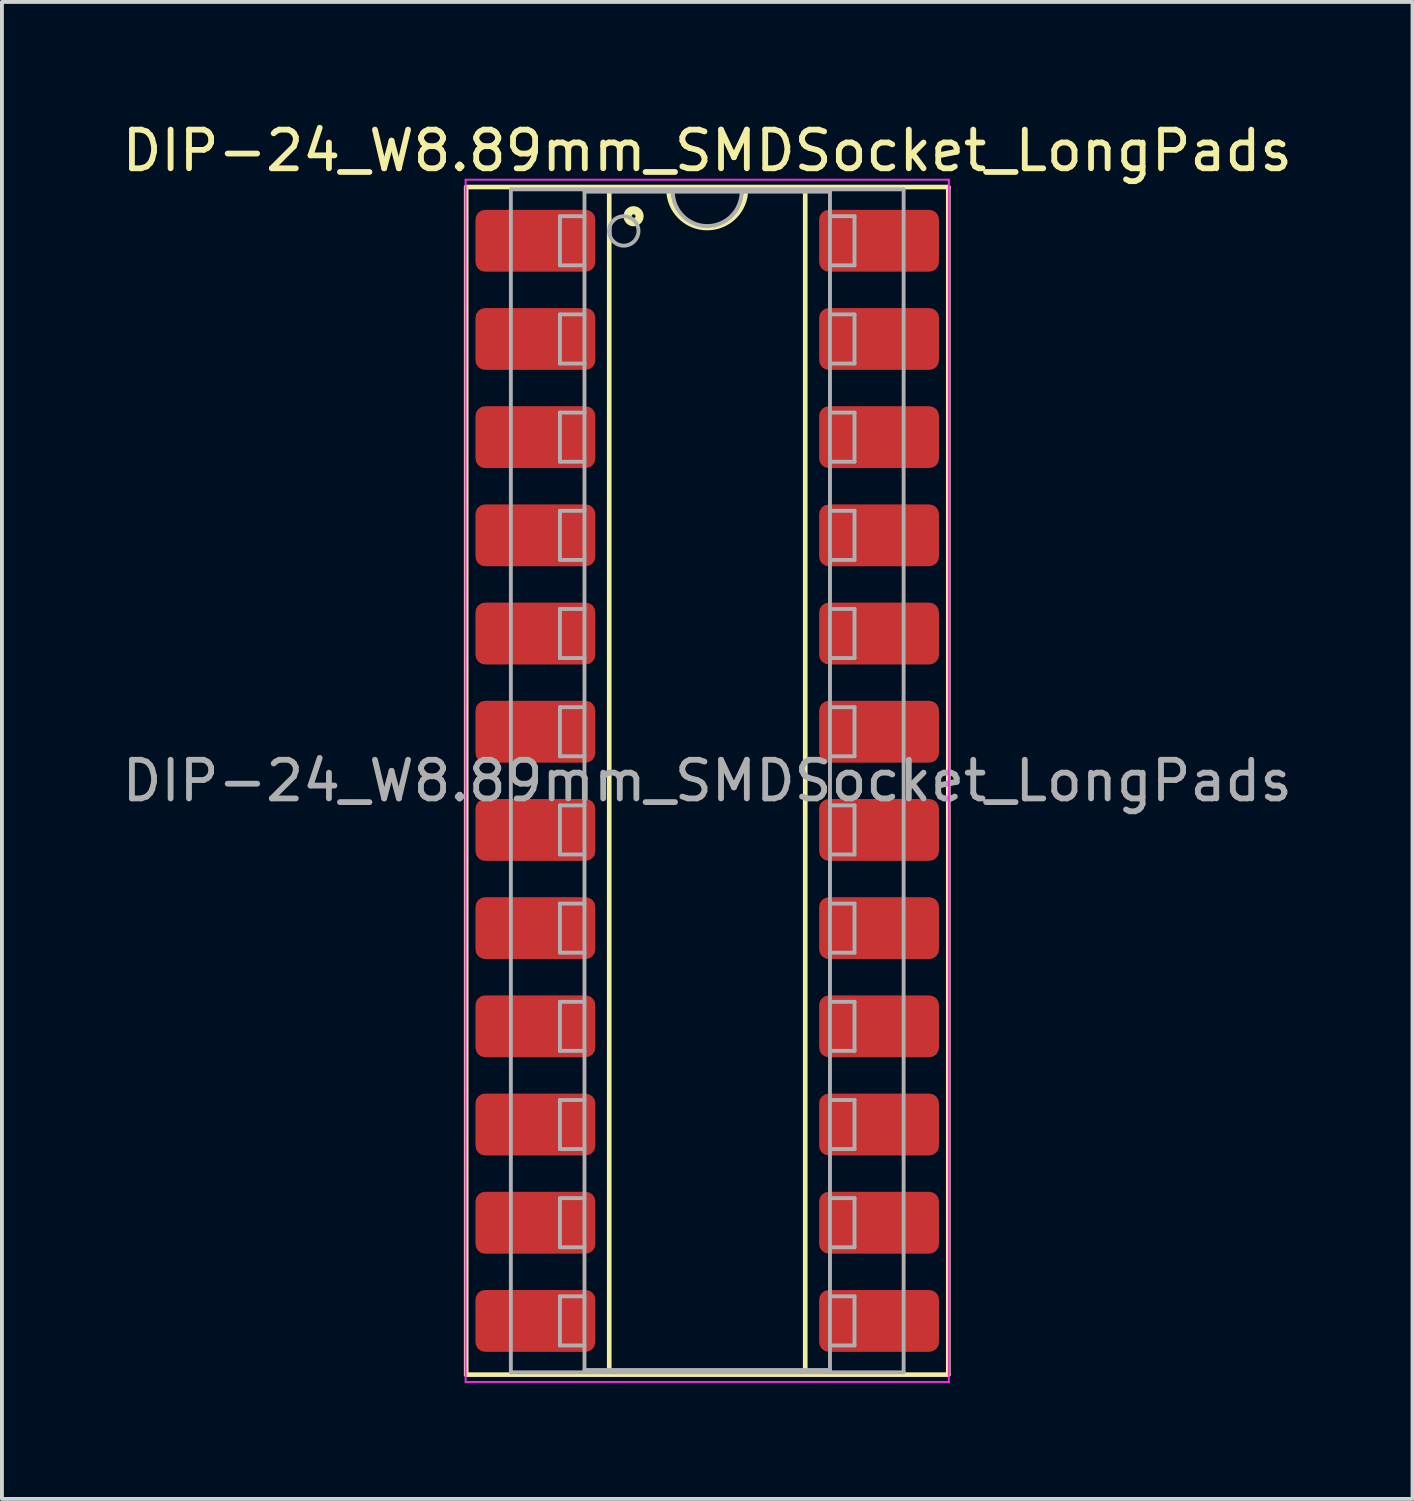
<source format=kicad_pcb>
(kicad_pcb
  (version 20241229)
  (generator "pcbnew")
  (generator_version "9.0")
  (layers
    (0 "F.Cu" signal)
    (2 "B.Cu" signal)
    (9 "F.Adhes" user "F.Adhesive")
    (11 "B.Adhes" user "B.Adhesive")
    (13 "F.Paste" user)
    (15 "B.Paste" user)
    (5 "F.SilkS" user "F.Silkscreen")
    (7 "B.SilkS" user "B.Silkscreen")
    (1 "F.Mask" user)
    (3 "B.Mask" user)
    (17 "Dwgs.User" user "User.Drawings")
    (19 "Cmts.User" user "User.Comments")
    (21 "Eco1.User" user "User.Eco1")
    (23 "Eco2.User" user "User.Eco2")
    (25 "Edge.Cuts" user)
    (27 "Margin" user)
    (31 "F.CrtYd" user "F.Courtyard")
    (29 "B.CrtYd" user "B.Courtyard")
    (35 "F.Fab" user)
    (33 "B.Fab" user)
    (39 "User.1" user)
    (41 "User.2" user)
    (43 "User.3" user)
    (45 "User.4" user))
  (footprint "DIP-24_W8.89mm_SMDSocket_LongPads"
    (layer "F.Cu")
    (at 15.244 17.148)
    (property "Reference" "DIP-24_W8.89mm_SMDSocket_LongPads" (at 0 -16.3 0) (layer "F.SilkS") (effects (font (size 1 1) (thickness 0.15))))
    (attr smd)
    (fp_line (start -6.235 -15.36) (end -6.235 15.36) (stroke (width 0.12) (type solid)) (layer "F.SilkS"))
    (fp_line (start -6.235 15.36) (end 6.235 15.36) (stroke (width 0.12) (type solid)) (layer "F.SilkS"))
    (fp_line (start -2.535 -15.3) (end -2.535 15.3) (stroke (width 0.12) (type solid)) (layer "F.SilkS"))
    (fp_line (start -2.535 15.3) (end 2.535 15.3) (stroke (width 0.12) (type solid)) (layer "F.SilkS"))
    (fp_line (start -1 -15.3) (end -2.535 -15.3) (stroke (width 0.12) (type solid)) (layer "F.SilkS"))
    (fp_line (start 2.535 -15.3) (end 1 -15.3) (stroke (width 0.12) (type solid)) (layer "F.SilkS"))
    (fp_line (start 2.535 15.3) (end 2.535 -15.3) (stroke (width 0.12) (type solid)) (layer "F.SilkS"))
    (fp_line (start 6.235 -15.36) (end -6.235 -15.36) (stroke (width 0.12) (type solid)) (layer "F.SilkS"))
    (fp_line (start 6.235 15.36) (end 6.235 -15.36) (stroke (width 0.12) (type solid)) (layer "F.SilkS"))
    (fp_arc (start 1 -15.3) (mid 0 -14.3) (end -1 -15.3) (stroke (width 0.12) (type solid)) (layer "F.SilkS"))
    (fp_circle (center -1.905 -14.605) (end -1.855 -14.605) (stroke (width 0.12) (type solid)) (fill no) (layer "F.SilkS"))
    (fp_circle (center -1.905 -14.605) (end -1.78 -14.605) (stroke (width 0.12) (type solid)) (fill no) (layer "F.SilkS"))
    (fp_circle (center -1.905 -14.605) (end -1.705 -14.605) (stroke (width 0.12) (type solid)) (fill no) (layer "F.SilkS"))
    (fp_line (start -6.25 -15.55) (end -6.25 15.55) (stroke (width 0.05) (type solid)) (layer "F.CrtYd"))
    (fp_line (start -6.25 15.55) (end 6.25 15.55) (stroke (width 0.05) (type solid)) (layer "F.CrtYd"))
    (fp_line (start 6.25 -15.55) (end -6.25 -15.55) (stroke (width 0.05) (type solid)) (layer "F.CrtYd"))
    (fp_line (start 6.25 15.55) (end 6.25 -15.55) (stroke (width 0.05) (type solid)) (layer "F.CrtYd"))
    (fp_line (start -5.08 -15.3) (end -5.08 15.3) (stroke (width 0.1) (type solid)) (layer "F.Fab"))
    (fp_line (start -5.08 15.3) (end 5.08 15.3) (stroke (width 0.1) (type solid)) (layer "F.Fab"))
    (fp_line (start -3.81 -14.605) (end -3.81 -13.335) (stroke (width 0.1) (type solid)) (layer "F.Fab"))
    (fp_line (start -3.81 -14.605) (end -3.175 -14.605) (stroke (width 0.1) (type solid)) (layer "F.Fab"))
    (fp_line (start -3.81 -13.335) (end -3.175 -13.335) (stroke (width 0.1) (type solid)) (layer "F.Fab"))
    (fp_line (start -3.81 -12.065) (end -3.81 -10.795) (stroke (width 0.1) (type solid)) (layer "F.Fab"))
    (fp_line (start -3.81 -12.065) (end -3.175 -12.065) (stroke (width 0.1) (type solid)) (layer "F.Fab"))
    (fp_line (start -3.81 -10.795) (end -3.175 -10.795) (stroke (width 0.1) (type solid)) (layer "F.Fab"))
    (fp_line (start -3.81 -9.525) (end -3.81 -8.255) (stroke (width 0.1) (type solid)) (layer "F.Fab"))
    (fp_line (start -3.81 -9.525) (end -3.175 -9.525) (stroke (width 0.1) (type solid)) (layer "F.Fab"))
    (fp_line (start -3.81 -8.255) (end -3.175 -8.255) (stroke (width 0.1) (type solid)) (layer "F.Fab"))
    (fp_line (start -3.81 -6.985) (end -3.81 -5.715) (stroke (width 0.1) (type solid)) (layer "F.Fab"))
    (fp_line (start -3.81 -6.985) (end -3.175 -6.985) (stroke (width 0.1) (type solid)) (layer "F.Fab"))
    (fp_line (start -3.81 -5.715) (end -3.175 -5.715) (stroke (width 0.1) (type solid)) (layer "F.Fab"))
    (fp_line (start -3.81 -4.445) (end -3.81 -3.175) (stroke (width 0.1) (type solid)) (layer "F.Fab"))
    (fp_line (start -3.81 -4.445) (end -3.175 -4.445) (stroke (width 0.1) (type solid)) (layer "F.Fab"))
    (fp_line (start -3.81 -3.175) (end -3.175 -3.175) (stroke (width 0.1) (type solid)) (layer "F.Fab"))
    (fp_line (start -3.81 -1.905) (end -3.81 -0.635) (stroke (width 0.1) (type solid)) (layer "F.Fab"))
    (fp_line (start -3.81 -1.905) (end -3.175 -1.905) (stroke (width 0.1) (type solid)) (layer "F.Fab"))
    (fp_line (start -3.81 -0.635) (end -3.175 -0.635) (stroke (width 0.1) (type solid)) (layer "F.Fab"))
    (fp_line (start -3.81 0.635) (end -3.81 1.905) (stroke (width 0.1) (type solid)) (layer "F.Fab"))
    (fp_line (start -3.81 0.635) (end -3.175 0.635) (stroke (width 0.1) (type solid)) (layer "F.Fab"))
    (fp_line (start -3.81 1.905) (end -3.175 1.905) (stroke (width 0.1) (type solid)) (layer "F.Fab"))
    (fp_line (start -3.81 3.175) (end -3.81 4.445) (stroke (width 0.1) (type solid)) (layer "F.Fab"))
    (fp_line (start -3.81 3.175) (end -3.175 3.175) (stroke (width 0.1) (type solid)) (layer "F.Fab"))
    (fp_line (start -3.81 4.445) (end -3.175 4.445) (stroke (width 0.1) (type solid)) (layer "F.Fab"))
    (fp_line (start -3.81 5.715) (end -3.81 6.985) (stroke (width 0.1) (type solid)) (layer "F.Fab"))
    (fp_line (start -3.81 5.715) (end -3.175 5.715) (stroke (width 0.1) (type solid)) (layer "F.Fab"))
    (fp_line (start -3.81 6.985) (end -3.175 6.985) (stroke (width 0.1) (type solid)) (layer "F.Fab"))
    (fp_line (start -3.81 8.255) (end -3.81 9.525) (stroke (width 0.1) (type solid)) (layer "F.Fab"))
    (fp_line (start -3.81 8.255) (end -3.175 8.255) (stroke (width 0.1) (type solid)) (layer "F.Fab"))
    (fp_line (start -3.81 9.525) (end -3.175 9.525) (stroke (width 0.1) (type solid)) (layer "F.Fab"))
    (fp_line (start -3.81 10.795) (end -3.81 12.065) (stroke (width 0.1) (type solid)) (layer "F.Fab"))
    (fp_line (start -3.81 10.795) (end -3.175 10.795) (stroke (width 0.1) (type solid)) (layer "F.Fab"))
    (fp_line (start -3.81 12.065) (end -3.175 12.065) (stroke (width 0.1) (type solid)) (layer "F.Fab"))
    (fp_line (start -3.81 13.335) (end -3.81 14.605) (stroke (width 0.1) (type solid)) (layer "F.Fab"))
    (fp_line (start -3.81 13.335) (end -3.175 13.335) (stroke (width 0.1) (type solid)) (layer "F.Fab"))
    (fp_line (start -3.81 14.605) (end -3.175 14.605) (stroke (width 0.1) (type solid)) (layer "F.Fab"))
    (fp_line (start -3.175 -15.24) (end 3.175 -15.24) (stroke (width 0.1) (type solid)) (layer "F.Fab"))
    (fp_line (start -3.175 15.24) (end -3.175 -15.24) (stroke (width 0.1) (type solid)) (layer "F.Fab"))
    (fp_line (start 3.175 -15.24) (end 3.175 15.24) (stroke (width 0.1) (type solid)) (layer "F.Fab"))
    (fp_line (start 3.175 15.24) (end -3.175 15.24) (stroke (width 0.1) (type solid)) (layer "F.Fab"))
    (fp_line (start 3.81 -14.605) (end 3.175 -14.605) (stroke (width 0.1) (type solid)) (layer "F.Fab"))
    (fp_line (start 3.81 -13.335) (end 3.175 -13.335) (stroke (width 0.1) (type solid)) (layer "F.Fab"))
    (fp_line (start 3.81 -13.335) (end 3.81 -14.605) (stroke (width 0.1) (type solid)) (layer "F.Fab"))
    (fp_line (start 3.81 -12.065) (end 3.175 -12.065) (stroke (width 0.1) (type solid)) (layer "F.Fab"))
    (fp_line (start 3.81 -10.795) (end 3.175 -10.795) (stroke (width 0.1) (type solid)) (layer "F.Fab"))
    (fp_line (start 3.81 -10.795) (end 3.81 -12.065) (stroke (width 0.1) (type solid)) (layer "F.Fab"))
    (fp_line (start 3.81 -9.525) (end 3.175 -9.525) (stroke (width 0.1) (type solid)) (layer "F.Fab"))
    (fp_line (start 3.81 -8.255) (end 3.175 -8.255) (stroke (width 0.1) (type solid)) (layer "F.Fab"))
    (fp_line (start 3.81 -8.255) (end 3.81 -9.525) (stroke (width 0.1) (type solid)) (layer "F.Fab"))
    (fp_line (start 3.81 -6.985) (end 3.175 -6.985) (stroke (width 0.1) (type solid)) (layer "F.Fab"))
    (fp_line (start 3.81 -5.715) (end 3.175 -5.715) (stroke (width 0.1) (type solid)) (layer "F.Fab"))
    (fp_line (start 3.81 -5.715) (end 3.81 -6.985) (stroke (width 0.1) (type solid)) (layer "F.Fab"))
    (fp_line (start 3.81 -4.445) (end 3.175 -4.445) (stroke (width 0.1) (type solid)) (layer "F.Fab"))
    (fp_line (start 3.81 -3.175) (end 3.175 -3.175) (stroke (width 0.1) (type solid)) (layer "F.Fab"))
    (fp_line (start 3.81 -3.175) (end 3.81 -4.445) (stroke (width 0.1) (type solid)) (layer "F.Fab"))
    (fp_line (start 3.81 -1.905) (end 3.175 -1.905) (stroke (width 0.1) (type solid)) (layer "F.Fab"))
    (fp_line (start 3.81 -0.635) (end 3.175 -0.635) (stroke (width 0.1) (type solid)) (layer "F.Fab"))
    (fp_line (start 3.81 -0.635) (end 3.81 -1.905) (stroke (width 0.1) (type solid)) (layer "F.Fab"))
    (fp_line (start 3.81 0.635) (end 3.175 0.635) (stroke (width 0.1) (type solid)) (layer "F.Fab"))
    (fp_line (start 3.81 1.905) (end 3.175 1.905) (stroke (width 0.1) (type solid)) (layer "F.Fab"))
    (fp_line (start 3.81 1.905) (end 3.81 0.635) (stroke (width 0.1) (type solid)) (layer "F.Fab"))
    (fp_line (start 3.81 3.175) (end 3.175 3.175) (stroke (width 0.1) (type solid)) (layer "F.Fab"))
    (fp_line (start 3.81 4.445) (end 3.175 4.445) (stroke (width 0.1) (type solid)) (layer "F.Fab"))
    (fp_line (start 3.81 4.445) (end 3.81 3.175) (stroke (width 0.1) (type solid)) (layer "F.Fab"))
    (fp_line (start 3.81 5.715) (end 3.175 5.715) (stroke (width 0.1) (type solid)) (layer "F.Fab"))
    (fp_line (start 3.81 6.985) (end 3.175 6.985) (stroke (width 0.1) (type solid)) (layer "F.Fab"))
    (fp_line (start 3.81 6.985) (end 3.81 5.715) (stroke (width 0.1) (type solid)) (layer "F.Fab"))
    (fp_line (start 3.81 8.255) (end 3.175 8.255) (stroke (width 0.1) (type solid)) (layer "F.Fab"))
    (fp_line (start 3.81 9.525) (end 3.175 9.525) (stroke (width 0.1) (type solid)) (layer "F.Fab"))
    (fp_line (start 3.81 9.525) (end 3.81 8.255) (stroke (width 0.1) (type solid)) (layer "F.Fab"))
    (fp_line (start 3.81 10.795) (end 3.175 10.795) (stroke (width 0.1) (type solid)) (layer "F.Fab"))
    (fp_line (start 3.81 12.065) (end 3.175 12.065) (stroke (width 0.1) (type solid)) (layer "F.Fab"))
    (fp_line (start 3.81 12.065) (end 3.81 10.795) (stroke (width 0.1) (type solid)) (layer "F.Fab"))
    (fp_line (start 3.81 13.335) (end 3.175 13.335) (stroke (width 0.1) (type solid)) (layer "F.Fab"))
    (fp_line (start 3.81 14.605) (end 3.175 14.605) (stroke (width 0.1) (type solid)) (layer "F.Fab"))
    (fp_line (start 3.81 14.605) (end 3.81 13.335) (stroke (width 0.1) (type solid)) (layer "F.Fab"))
    (fp_line (start 5.08 -15.3) (end -5.08 -15.3) (stroke (width 0.1) (type solid)) (layer "F.Fab"))
    (fp_line (start 5.08 15.3) (end 5.08 -15.3) (stroke (width 0.1) (type solid)) (layer "F.Fab"))
    (fp_arc (start 0.889 -15.24) (mid 0 -14.351) (end -0.889 -15.24) (stroke (width 0.1) (type solid)) (layer "F.Fab"))
    (fp_circle (center -2.159 -14.224) (end -1.778 -14.224) (stroke (width 0.1) (type solid)) (fill no) (layer "F.Fab"))
    (fp_text user "${REFERENCE}" (at 0 0 0) (layer "F.Fab") (effects (font (size 1 1) (thickness 0.15))))
    (pad "1" smd roundrect (at -4.445 -13.97) (size 3.1 1.6) (layers "F.Cu" "F.Mask" "F.Paste") (roundrect_rratio 0.156))
    (pad "2" smd roundrect (at -4.445 -11.43) (size 3.1 1.6) (layers "F.Cu" "F.Mask" "F.Paste") (roundrect_rratio 0.156))
    (pad "3" smd roundrect (at -4.445 -8.89) (size 3.1 1.6) (layers "F.Cu" "F.Mask" "F.Paste") (roundrect_rratio 0.156))
    (pad "4" smd roundrect (at -4.445 -6.35) (size 3.1 1.6) (layers "F.Cu" "F.Mask" "F.Paste") (roundrect_rratio 0.156))
    (pad "5" smd roundrect (at -4.445 -3.81) (size 3.1 1.6) (layers "F.Cu" "F.Mask" "F.Paste") (roundrect_rratio 0.156))
    (pad "6" smd roundrect (at -4.445 -1.27) (size 3.1 1.6) (layers "F.Cu" "F.Mask" "F.Paste") (roundrect_rratio 0.156))
    (pad "7" smd roundrect (at -4.445 1.27) (size 3.1 1.6) (layers "F.Cu" "F.Mask" "F.Paste") (roundrect_rratio 0.156))
    (pad "8" smd roundrect (at -4.445 3.81) (size 3.1 1.6) (layers "F.Cu" "F.Mask" "F.Paste") (roundrect_rratio 0.156))
    (pad "9" smd roundrect (at -4.445 6.35) (size 3.1 1.6) (layers "F.Cu" "F.Mask" "F.Paste") (roundrect_rratio 0.156))
    (pad "10" smd roundrect (at -4.445 8.89) (size 3.1 1.6) (layers "F.Cu" "F.Mask" "F.Paste") (roundrect_rratio 0.156))
    (pad "11" smd roundrect (at -4.445 11.43) (size 3.1 1.6) (layers "F.Cu" "F.Mask" "F.Paste") (roundrect_rratio 0.156))
    (pad "12" smd roundrect (at -4.445 13.97) (size 3.1 1.6) (layers "F.Cu" "F.Mask" "F.Paste") (roundrect_rratio 0.156))
    (pad "13" smd roundrect (at 4.445 13.97) (size 3.1 1.6) (layers "F.Cu" "F.Mask" "F.Paste") (roundrect_rratio 0.156))
    (pad "14" smd roundrect (at 4.445 11.43) (size 3.1 1.6) (layers "F.Cu" "F.Mask" "F.Paste") (roundrect_rratio 0.156))
    (pad "15" smd roundrect (at 4.445 8.89) (size 3.1 1.6) (layers "F.Cu" "F.Mask" "F.Paste") (roundrect_rratio 0.156))
    (pad "16" smd roundrect (at 4.445 6.35) (size 3.1 1.6) (layers "F.Cu" "F.Mask" "F.Paste") (roundrect_rratio 0.156))
    (pad "17" smd roundrect (at 4.445 3.81) (size 3.1 1.6) (layers "F.Cu" "F.Mask" "F.Paste") (roundrect_rratio 0.156))
    (pad "18" smd roundrect (at 4.445 1.27) (size 3.1 1.6) (layers "F.Cu" "F.Mask" "F.Paste") (roundrect_rratio 0.156))
    (pad "19" smd roundrect (at 4.445 -1.27) (size 3.1 1.6) (layers "F.Cu" "F.Mask" "F.Paste") (roundrect_rratio 0.156))
    (pad "20" smd roundrect (at 4.445 -3.81) (size 3.1 1.6) (layers "F.Cu" "F.Mask" "F.Paste") (roundrect_rratio 0.156))
    (pad "21" smd roundrect (at 4.445 -6.35) (size 3.1 1.6) (layers "F.Cu" "F.Mask" "F.Paste") (roundrect_rratio 0.156))
    (pad "22" smd roundrect (at 4.445 -8.89) (size 3.1 1.6) (layers "F.Cu" "F.Mask" "F.Paste") (roundrect_rratio 0.156))
    (pad "23" smd roundrect (at 4.445 -11.43) (size 3.1 1.6) (layers "F.Cu" "F.Mask" "F.Paste") (roundrect_rratio 0.156))
    (pad "24" smd roundrect (at 4.445 -13.97) (size 3.1 1.6) (layers "F.Cu" "F.Mask" "F.Paste") (roundrect_rratio 0.156)))
  (gr_rect
    (start -3 -3)
    (end 33.488 35.723)
    (stroke (width 0.1) (type default))
    (fill no)
    (layer "Edge.Cuts")))
</source>
